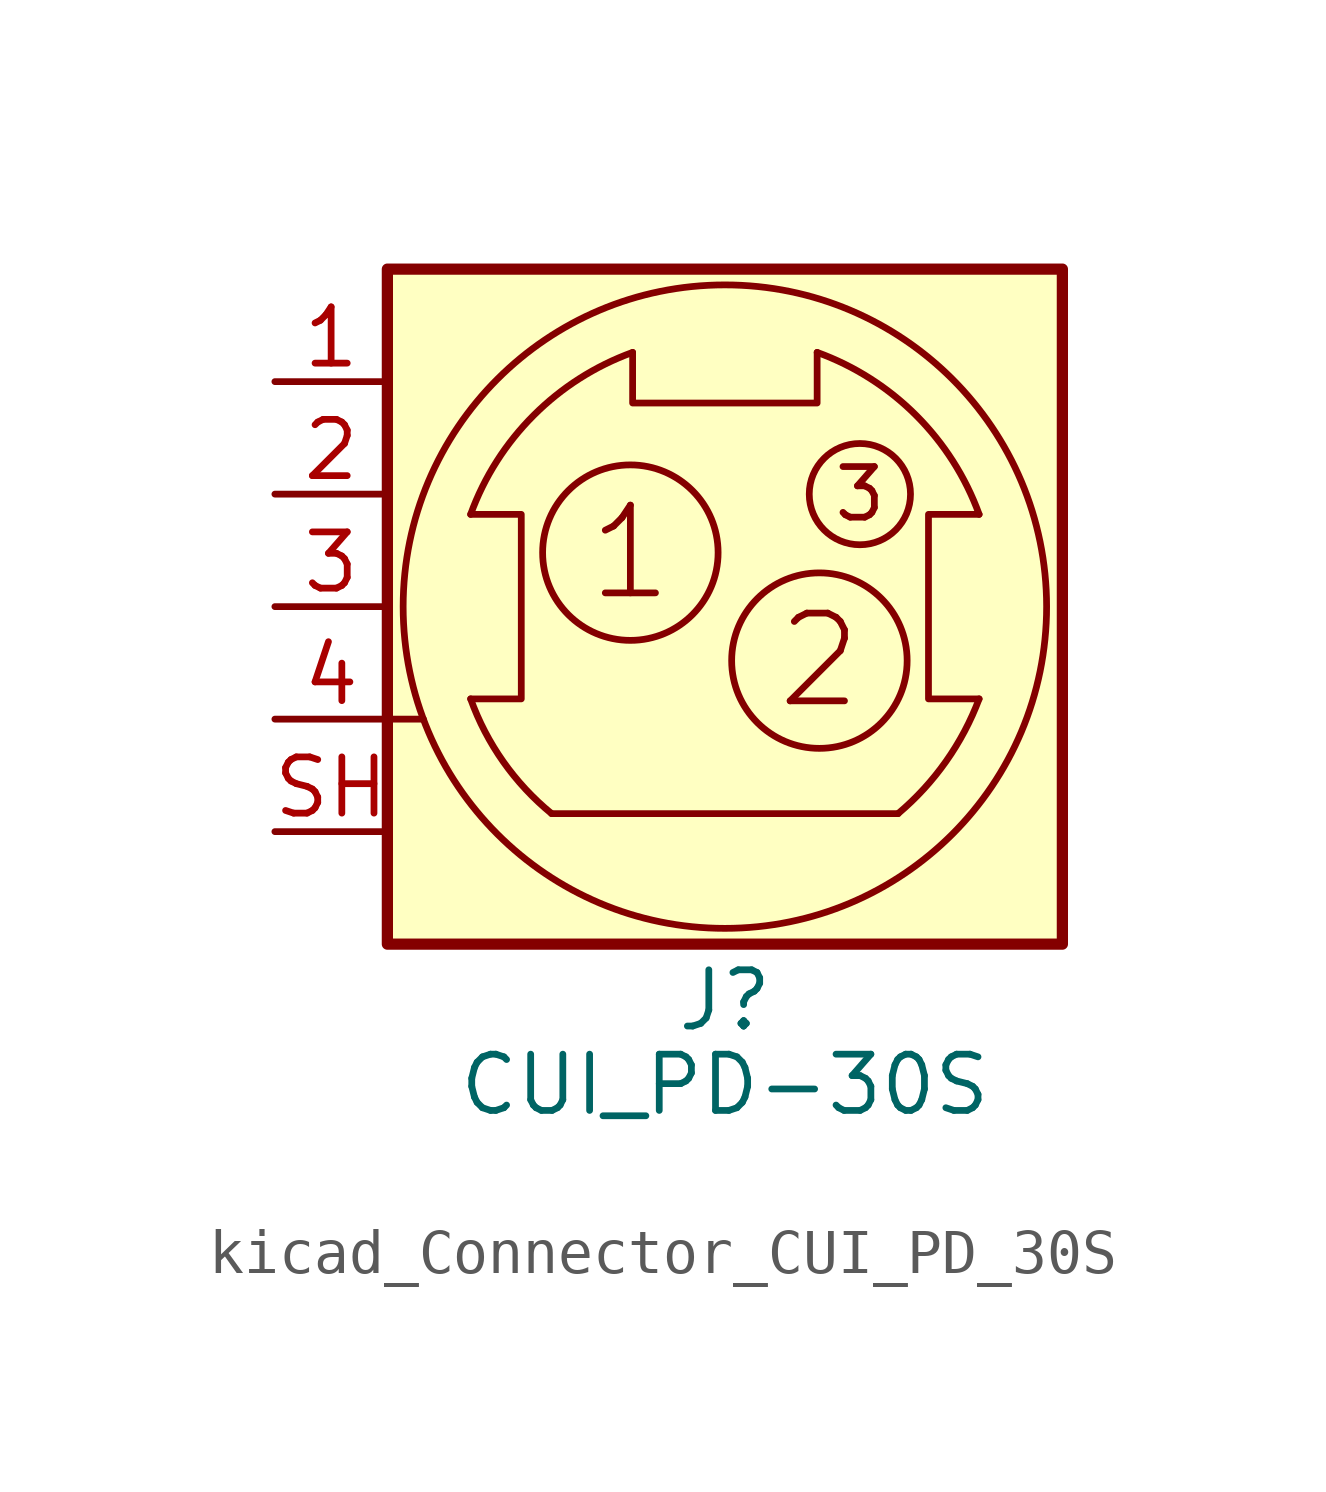
<source format=kicad_sym>
(kicad_symbol_lib
  (version 20220914)
  (generator kicad_symbol_editor)
  (symbol "kicad_Connector_CUI_PD_30S"
    (pin_names
      (offset 1.016) hide)
    (property "Reference" "J"
      (at 0 -8.89 0)
      (effects (font (size 1.27 1.27))))
    (property "Value" "CUI_PD-30S"
      (at 0 -10.795 0)
      (effects (font (size 1.27 1.27))))
    (symbol "kicad_Connector_CUI_PD_30S_0_1"
      (rectangle (start -7.62 -7.62) (end 7.62 7.62) (stroke (width 0.254) (type default)) (fill (type background)))
      (arc (start -5.7404 -2.0828) (mid -5.0018 -3.5032) (end -3.9116 -4.6736) (stroke (width 0) (type default)) (fill (type none)))
      (circle (center -2.134 1.219) (radius 1.981) (stroke (width 0) (type default)) (fill (type none)))
      (arc (start -2.0828 5.7404) (mid -4.318 4.318) (end -5.7404 2.0828) (stroke (width 0) (type default)) (fill (type none)))
      (polyline (pts (xy -7.62 -2.54) (xy -6.807 -2.54)) (stroke (width 0) (type default)) (fill (type none)))
      (polyline (pts (xy -3.912 -4.674) (xy 3.912 -4.674)) (stroke (width 0) (type default)) (fill (type none)))
      (polyline (pts (xy -5.74 2.083) (xy -4.597 2.083) (xy -4.597 -2.083) (xy -5.74 -2.083)) (stroke (width 0) (type default)) (fill (type none)))
      (polyline (pts (xy 2.083 5.74) (xy 2.083 4.597) (xy -2.083 4.597) (xy -2.083 5.74)) (stroke (width 0) (type default)) (fill (type none)))
      (polyline (pts (xy 5.74 -2.083) (xy 4.597 -2.083) (xy 4.597 2.083) (xy 5.74 2.083)) (stroke (width 0) (type default)) (fill (type none)))
      (circle (center 0 0) (radius 7.264) (stroke (width 0) (type default)) (fill (type none)))
      (circle (center 2.134 -1.219) (radius 1.981) (stroke (width 0) (type default)) (fill (type none)))
      (circle (center 3.048 2.54) (radius 1.143) (stroke (width 0) (type default)) (fill (type none)))
      (arc (start 3.9116 -4.6736) (mid 4.9919 -3.4963) (end 5.7404 -2.0828) (stroke (width 0) (type default)) (fill (type none)))
      (arc (start 5.7404 2.0828) (mid 4.318 4.318) (end 2.0828 5.7404) (stroke (width 0) (type default)) (fill (type none)))
      (text "1" (at -2.134 1.219 0) (effects (font (size 1.981 1.981))))
      (text "2" (at 2.134 -1.219 0) (effects (font (size 1.981 1.981))))
      (text "3" (at 3.048 2.54 0) (effects (font (size 1.143 1.143)))))
    (symbol "kicad_Connector_CUI_PD_30S_1_1"
      (pin passive line (at -10.16 5.08 0) (length 2.54) (name "1" (effects (font (size 1.27 1.27)))) (number "1" (effects (font (size 1.27 1.27)))))
      (pin passive line (at -10.16 2.54 0) (length 2.54) (name "2" (effects (font (size 1.27 1.27)))) (number "2" (effects (font (size 1.27 1.27)))))
      (pin passive line (at -10.16 0 0) (length 2.54) (name "3" (effects (font (size 1.27 1.27)))) (number "3" (effects (font (size 1.27 1.27)))))
      (pin passive line (at -10.16 -2.54 0) (length 2.54) (name "Shield" (effects (font (size 1.27 1.27)))) (number "4" (effects (font (size 1.27 1.27)))))
      (pin passive line (at -10.16 -5.08 0) (length 2.54) (name "Shield" (effects (font (size 1.27 1.27)))) (number "SH" (effects (font (size 1.27 1.27))))))))
</source>
